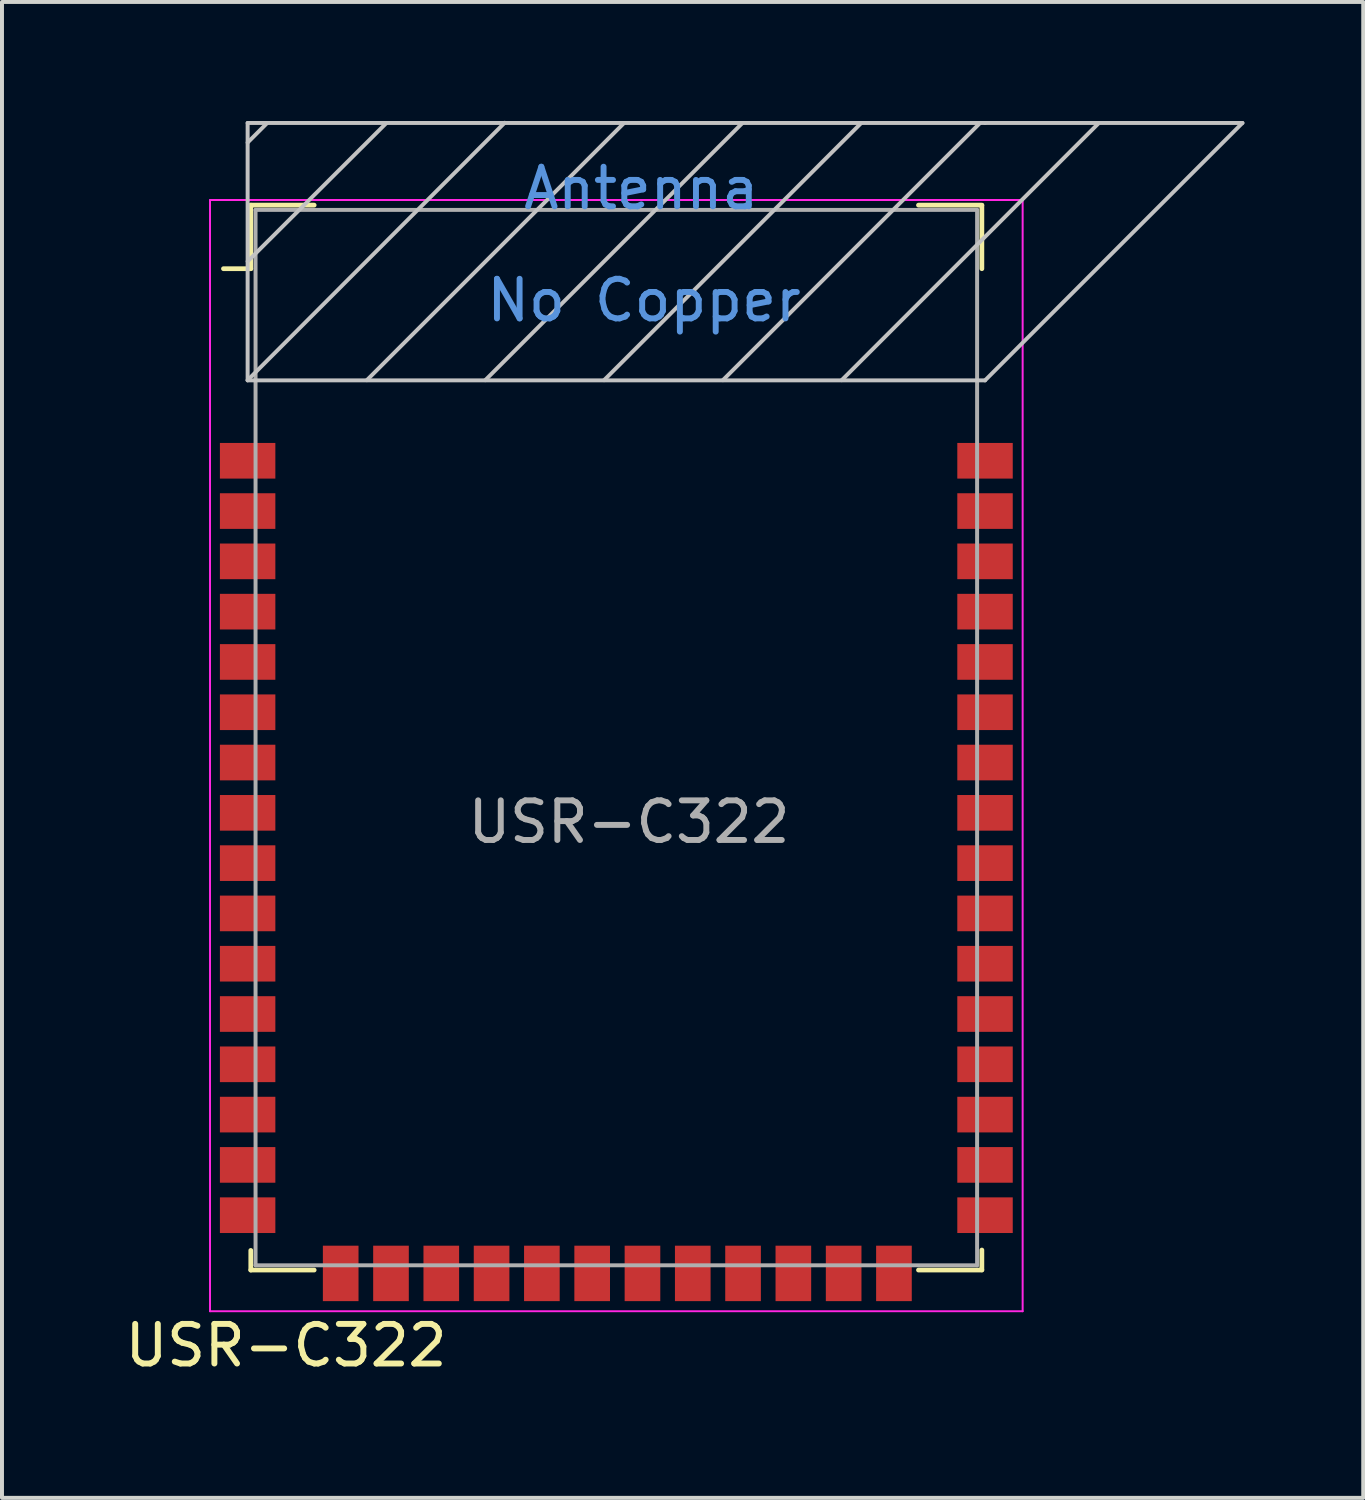
<source format=kicad_pcb>
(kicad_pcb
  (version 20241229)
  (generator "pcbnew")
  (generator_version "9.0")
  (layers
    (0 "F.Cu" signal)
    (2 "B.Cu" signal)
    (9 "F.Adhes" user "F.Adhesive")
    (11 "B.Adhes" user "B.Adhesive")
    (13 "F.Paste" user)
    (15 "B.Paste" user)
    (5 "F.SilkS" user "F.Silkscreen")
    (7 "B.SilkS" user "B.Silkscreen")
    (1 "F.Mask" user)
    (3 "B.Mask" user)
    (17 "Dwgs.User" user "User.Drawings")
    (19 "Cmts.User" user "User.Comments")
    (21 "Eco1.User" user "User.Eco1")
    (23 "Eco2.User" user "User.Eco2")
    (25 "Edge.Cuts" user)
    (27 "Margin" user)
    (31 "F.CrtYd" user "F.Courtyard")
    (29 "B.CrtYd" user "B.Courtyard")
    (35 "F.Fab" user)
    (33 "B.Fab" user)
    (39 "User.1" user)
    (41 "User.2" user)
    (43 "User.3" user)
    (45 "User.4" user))
  (footprint "USR-C322"
    (layer "F.Cu")
    (at 12.513 18.97)
    (property "Reference" "USR-C322" (at -8.34 11.955 0) (layer "F.SilkS") (effects (font (size 1 1) (thickness 0.15))))
    (attr smd)
    (fp_line (start -9.23 -16.84) (end -9.23 -15.235) (stroke (width 0.12) (type solid)) (layer "F.SilkS"))
    (fp_line (start -9.23 -15.235) (end -9.92 -15.235) (stroke (width 0.12) (type solid)) (layer "F.SilkS"))
    (fp_line (start -9.23 9.555) (end -9.23 10.05) (stroke (width 0.12) (type solid)) (layer "F.SilkS"))
    (fp_line (start -9.23 10.05) (end -7.63 10.05) (stroke (width 0.12) (type solid)) (layer "F.SilkS"))
    (fp_line (start -7.63 -16.84) (end -9.23 -16.84) (stroke (width 0.12) (type solid)) (layer "F.SilkS"))
    (fp_line (start 7.63 10.05) (end 9.23 10.05) (stroke (width 0.12) (type solid)) (layer "F.SilkS"))
    (fp_line (start 9.23 -16.84) (end 7.63 -16.84) (stroke (width 0.12) (type solid)) (layer "F.SilkS"))
    (fp_line (start 9.23 -16.835) (end 9.23 -15.235) (stroke (width 0.12) (type solid)) (layer "F.SilkS"))
    (fp_line (start 9.23 10.045) (end 9.23 9.545) (stroke (width 0.12) (type solid)) (layer "F.SilkS"))
    (fp_line (start -9.31 -18.915) (end -9.31 -12.417) (stroke (width 0.1) (type solid)) (layer "Dwgs.User"))
    (fp_line (start -9.31 -18.915) (end 9.31 -18.915) (stroke (width 0.1) (type solid)) (layer "Dwgs.User"))
    (fp_line (start -9.31 -18.42) (end -8.82 -18.91) (stroke (width 0.1) (type solid)) (layer "Dwgs.User"))
    (fp_line (start -9.31 -15.42) (end -5.81 -18.91) (stroke (width 0.1) (type solid)) (layer "Dwgs.User"))
    (fp_line (start -9.31 -12.42) (end -2.82 -18.92) (stroke (width 0.1) (type solid)) (layer "Dwgs.User"))
    (fp_line (start -9.31 -12.415) (end 9.31 -12.415) (stroke (width 0.1) (type solid)) (layer "Dwgs.User"))
    (fp_line (start -6.3 -12.42) (end 0.19 -18.91) (stroke (width 0.1) (type solid)) (layer "Dwgs.User"))
    (fp_line (start -3.31 -12.42) (end 3.18 -18.91) (stroke (width 0.1) (type solid)) (layer "Dwgs.User"))
    (fp_line (start -0.31 -12.42) (end 6.18 -18.91) (stroke (width 0.1) (type solid)) (layer "Dwgs.User"))
    (fp_line (start 2.69 -12.42) (end 9.18 -18.91) (stroke (width 0.1) (type solid)) (layer "Dwgs.User"))
    (fp_line (start 5.69 -12.42) (end 12.18 -18.91) (stroke (width 0.1) (type solid)) (layer "Dwgs.User"))
    (fp_line (start 9.31 -18.915) (end 15.81 -18.915) (stroke (width 0.1) (type solid)) (layer "Dwgs.User"))
    (fp_line (start 9.31 -12.415) (end 15.81 -18.915) (stroke (width 0.1) (type solid)) (layer "Dwgs.User"))
    (fp_line (start -10.26 -16.97) (end -10.26 11.09) (stroke (width 0.05) (type solid)) (layer "F.CrtYd"))
    (fp_line (start -10.26 11.09) (end 10.26 11.09) (stroke (width 0.05) (type solid)) (layer "F.CrtYd"))
    (fp_line (start 10.26 -16.97) (end -10.26 -16.97) (stroke (width 0.05) (type solid)) (layer "F.CrtYd"))
    (fp_line (start 10.26 11.09) (end 10.26 -16.97) (stroke (width 0.05) (type solid)) (layer "F.CrtYd"))
    (fp_line (start -9.11 -16.72) (end 9.11 -16.72) (stroke (width 0.1) (type solid)) (layer "F.Fab"))
    (fp_line (start -9.11 9.93) (end -9.11 -16.72) (stroke (width 0.1) (type solid)) (layer "F.Fab"))
    (fp_line (start 9.11 9.93) (end -9.11 9.93) (stroke (width 0.1) (type solid)) (layer "F.Fab"))
    (fp_line (start 9.11 9.93) (end 9.11 -16.72) (stroke (width 0.1) (type solid)) (layer "F.Fab"))
    (fp_text user "Antenna" (at 0.63 -17.265 0) (layer "Cmts.User") (effects (font (size 1 1) (thickness 0.15))))
    (fp_text user "No Copper" (at 0.7 -14.435 0) (layer "Cmts.User") (effects (font (size 1 1) (thickness 0.15))))
    (fp_text user "${REFERENCE}" (at 0.32 -1.265 0) (layer "F.Fab") (effects (font (size 1 1) (thickness 0.15))))
    (pad "1" smd rect (at -9.31 -10.385) (size 1.4 0.9) (layers "F.Cu" "F.Mask" "F.Paste"))
    (pad "2" smd rect (at -9.31 -9.115) (size 1.4 0.9) (layers "F.Cu" "F.Mask" "F.Paste"))
    (pad "3" smd rect (at -9.31 -7.845) (size 1.4 0.9) (layers "F.Cu" "F.Mask" "F.Paste"))
    (pad "4" smd rect (at -9.31 -6.575) (size 1.4 0.9) (layers "F.Cu" "F.Mask" "F.Paste"))
    (pad "5" smd rect (at -9.31 -5.305) (size 1.4 0.9) (layers "F.Cu" "F.Mask" "F.Paste"))
    (pad "6" smd rect (at -9.31 -4.035) (size 1.4 0.9) (layers "F.Cu" "F.Mask" "F.Paste"))
    (pad "7" smd rect (at -9.31 -2.765) (size 1.4 0.9) (layers "F.Cu" "F.Mask" "F.Paste"))
    (pad "8" smd rect (at -9.31 -1.495) (size 1.4 0.9) (layers "F.Cu" "F.Mask" "F.Paste"))
    (pad "9" smd rect (at -9.31 -0.225) (size 1.4 0.9) (layers "F.Cu" "F.Mask" "F.Paste"))
    (pad "10" smd rect (at -9.31 1.045) (size 1.4 0.9) (layers "F.Cu" "F.Mask" "F.Paste"))
    (pad "11" smd rect (at -9.31 2.315) (size 1.4 0.9) (layers "F.Cu" "F.Mask" "F.Paste"))
    (pad "12" smd rect (at -9.31 3.585) (size 1.4 0.9) (layers "F.Cu" "F.Mask" "F.Paste"))
    (pad "13" smd rect (at -9.31 4.855) (size 1.4 0.9) (layers "F.Cu" "F.Mask" "F.Paste"))
    (pad "14" smd rect (at -9.31 6.125) (size 1.4 0.9) (layers "F.Cu" "F.Mask" "F.Paste"))
    (pad "15" smd rect (at -9.31 7.395) (size 1.4 0.9) (layers "F.Cu" "F.Mask" "F.Paste"))
    (pad "16" smd rect (at -9.31 8.665) (size 1.4 0.9) (layers "F.Cu" "F.Mask" "F.Paste"))
    (pad "17" smd rect (at -6.96 10.135 90) (size 1.4 0.9) (layers "F.Cu" "F.Mask" "F.Paste"))
    (pad "18" smd rect (at -5.69 10.135 90) (size 1.4 0.9) (layers "F.Cu" "F.Mask" "F.Paste"))
    (pad "19" smd rect (at -4.42 10.135 90) (size 1.4 0.9) (layers "F.Cu" "F.Mask" "F.Paste"))
    (pad "20" smd rect (at -3.15 10.135 90) (size 1.4 0.9) (layers "F.Cu" "F.Mask" "F.Paste"))
    (pad "21" smd rect (at -1.88 10.135 90) (size 1.4 0.9) (layers "F.Cu" "F.Mask" "F.Paste"))
    (pad "22" smd rect (at -0.61 10.135 90) (size 1.4 0.9) (layers "F.Cu" "F.Mask" "F.Paste"))
    (pad "23" smd rect (at 0.66 10.135 90) (size 1.4 0.9) (layers "F.Cu" "F.Mask" "F.Paste"))
    (pad "24" smd rect (at 1.93 10.135 90) (size 1.4 0.9) (layers "F.Cu" "F.Mask" "F.Paste"))
    (pad "25" smd rect (at 3.2 10.135 90) (size 1.4 0.9) (layers "F.Cu" "F.Mask" "F.Paste"))
    (pad "26" smd rect (at 4.47 10.135 90) (size 1.4 0.9) (layers "F.Cu" "F.Mask" "F.Paste"))
    (pad "27" smd rect (at 5.74 10.135 90) (size 1.4 0.9) (layers "F.Cu" "F.Mask" "F.Paste"))
    (pad "28" smd rect (at 7.01 10.135 90) (size 1.4 0.9) (layers "F.Cu" "F.Mask" "F.Paste"))
    (pad "29" smd rect (at 9.31 8.665) (size 1.4 0.9) (layers "F.Cu" "F.Mask" "F.Paste"))
    (pad "30" smd rect (at 9.31 7.395) (size 1.4 0.9) (layers "F.Cu" "F.Mask" "F.Paste"))
    (pad "31" smd rect (at 9.31 6.125) (size 1.4 0.9) (layers "F.Cu" "F.Mask" "F.Paste"))
    (pad "32" smd rect (at 9.31 4.855) (size 1.4 0.9) (layers "F.Cu" "F.Mask" "F.Paste"))
    (pad "33" smd rect (at 9.31 3.585) (size 1.4 0.9) (layers "F.Cu" "F.Mask" "F.Paste"))
    (pad "34" smd rect (at 9.31 2.315) (size 1.4 0.9) (layers "F.Cu" "F.Mask" "F.Paste"))
    (pad "35" smd rect (at 9.31 1.045) (size 1.4 0.9) (layers "F.Cu" "F.Mask" "F.Paste"))
    (pad "36" smd rect (at 9.31 -0.225) (size 1.4 0.9) (layers "F.Cu" "F.Mask" "F.Paste"))
    (pad "37" smd rect (at 9.31 -1.495) (size 1.4 0.9) (layers "F.Cu" "F.Mask" "F.Paste"))
    (pad "38" smd rect (at 9.31 -2.765) (size 1.4 0.9) (layers "F.Cu" "F.Mask" "F.Paste"))
    (pad "39" smd rect (at 9.31 -4.035) (size 1.4 0.9) (layers "F.Cu" "F.Mask" "F.Paste"))
    (pad "40" smd rect (at 9.31 -5.305) (size 1.4 0.9) (layers "F.Cu" "F.Mask" "F.Paste"))
    (pad "41" smd rect (at 9.31 -6.575) (size 1.4 0.9) (layers "F.Cu" "F.Mask" "F.Paste"))
    (pad "42" smd rect (at 9.31 -7.845) (size 1.4 0.9) (layers "F.Cu" "F.Mask" "F.Paste"))
    (pad "43" smd rect (at 9.31 -9.115) (size 1.4 0.9) (layers "F.Cu" "F.Mask" "F.Paste"))
    (pad "44" smd rect (at 9.31 -10.385) (size 1.4 0.9) (layers "F.Cu" "F.Mask" "F.Paste")))
  (gr_rect
    (start -3 -3)
    (end 31.373 34.773)
    (stroke (width 0.1) (type default))
    (fill no)
    (layer "Edge.Cuts")))
</source>
